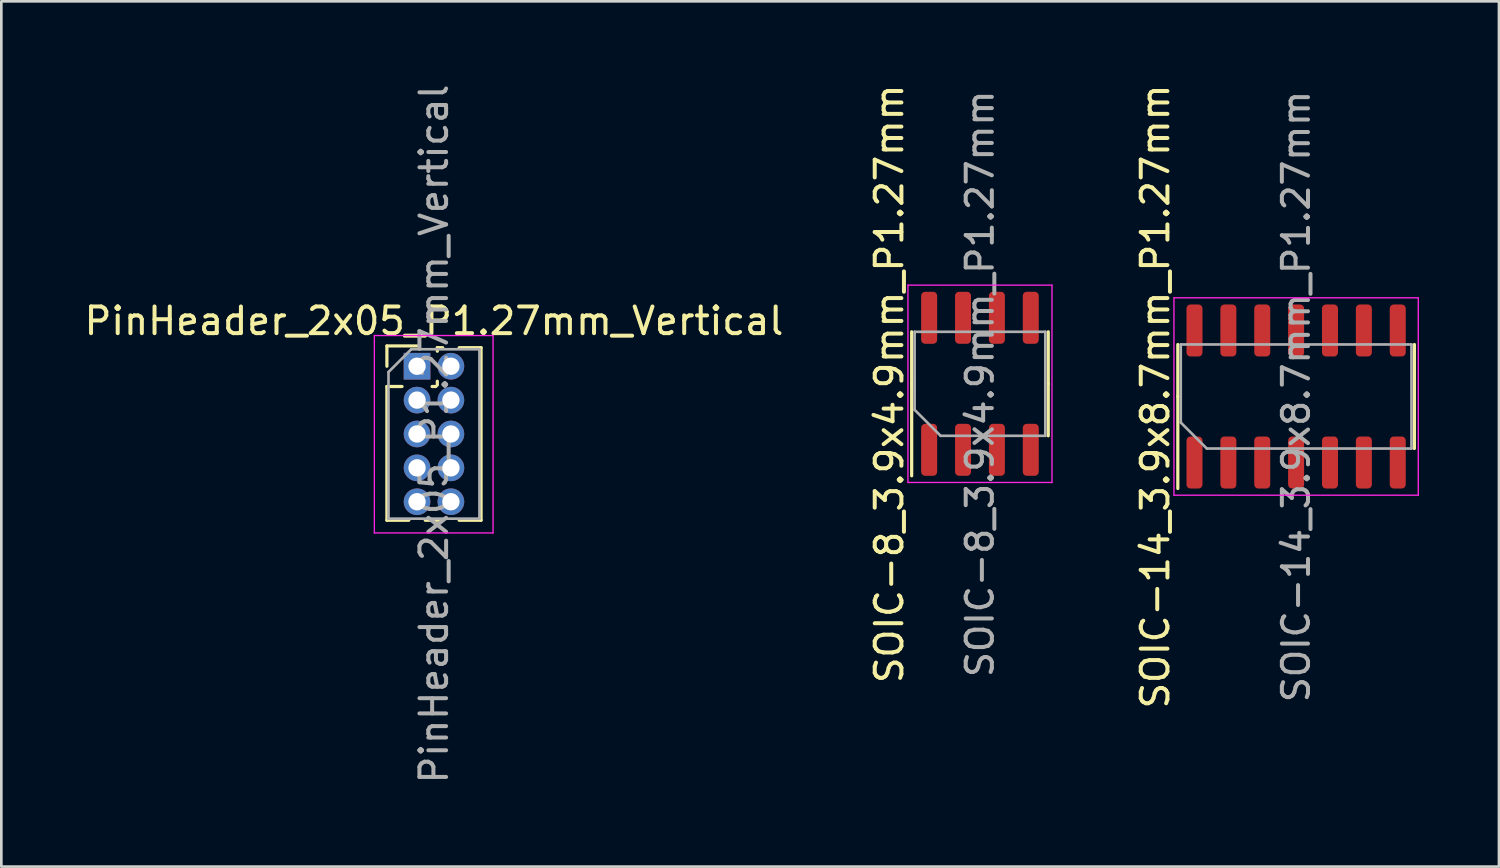
<source format=kicad_pcb>
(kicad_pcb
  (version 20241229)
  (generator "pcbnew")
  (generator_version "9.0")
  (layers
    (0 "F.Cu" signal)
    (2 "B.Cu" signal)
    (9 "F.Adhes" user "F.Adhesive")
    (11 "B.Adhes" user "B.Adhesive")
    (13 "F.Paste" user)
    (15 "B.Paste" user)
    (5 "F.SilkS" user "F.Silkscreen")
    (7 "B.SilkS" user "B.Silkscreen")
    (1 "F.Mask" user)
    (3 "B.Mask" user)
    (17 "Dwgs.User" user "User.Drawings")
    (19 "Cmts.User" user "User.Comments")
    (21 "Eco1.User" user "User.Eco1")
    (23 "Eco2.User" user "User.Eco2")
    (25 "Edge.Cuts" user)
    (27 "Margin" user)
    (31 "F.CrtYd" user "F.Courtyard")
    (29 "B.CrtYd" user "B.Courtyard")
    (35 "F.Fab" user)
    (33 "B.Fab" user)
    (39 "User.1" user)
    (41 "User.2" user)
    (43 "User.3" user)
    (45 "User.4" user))
  (footprint "SOIC-14_3.9x8.7mm_P1.27mm"
    (layer "F.Cu")
    (at 45.542 11.815)
    (property "Reference" "SOIC-14_3.9x8.7mm_P1.27mm" (at -5.28 0 90) (layer "F.SilkS") (effects (font (size 1 1) (thickness 0.15))))
    (attr smd)
    (fp_line (start -4.435 0) (end -4.435 -1.95) (stroke (width 0.12) (type solid)) (layer "F.SilkS"))
    (fp_line (start -4.435 0) (end -4.435 3.45) (stroke (width 0.12) (type solid)) (layer "F.SilkS"))
    (fp_line (start 4.435 0) (end 4.435 -1.95) (stroke (width 0.12) (type solid)) (layer "F.SilkS"))
    (fp_line (start 4.435 0) (end 4.435 1.95) (stroke (width 0.12) (type solid)) (layer "F.SilkS"))
    (fp_line (start -4.58 -3.7) (end -4.58 3.7) (stroke (width 0.05) (type solid)) (layer "F.CrtYd"))
    (fp_line (start -4.58 3.7) (end 4.58 3.7) (stroke (width 0.05) (type solid)) (layer "F.CrtYd"))
    (fp_line (start 4.58 -3.7) (end -4.58 -3.7) (stroke (width 0.05) (type solid)) (layer "F.CrtYd"))
    (fp_line (start 4.58 3.7) (end 4.58 -3.7) (stroke (width 0.05) (type solid)) (layer "F.CrtYd"))
    (fp_line (start -4.325 -1.95) (end 4.325 -1.95) (stroke (width 0.1) (type solid)) (layer "F.Fab"))
    (fp_line (start -4.325 0.975) (end -4.325 -1.95) (stroke (width 0.1) (type solid)) (layer "F.Fab"))
    (fp_line (start -3.35 1.95) (end -4.325 0.975) (stroke (width 0.1) (type solid)) (layer "F.Fab"))
    (fp_line (start 4.325 -1.95) (end 4.325 1.95) (stroke (width 0.1) (type solid)) (layer "F.Fab"))
    (fp_line (start 4.325 1.95) (end -3.35 1.95) (stroke (width 0.1) (type solid)) (layer "F.Fab"))
    (fp_text user "${REFERENCE}" (at 0 0 90) (layer "F.Fab") (effects (font (size 0.98 0.98) (thickness 0.15))))
    (pad "1" smd roundrect (at -3.81 2.475 90) (size 1.95 0.6) (layers "F.Cu" "F.Mask" "F.Paste") (roundrect_rratio 0.25))
    (pad "2" smd roundrect (at -2.54 2.475 90) (size 1.95 0.6) (layers "F.Cu" "F.Mask" "F.Paste") (roundrect_rratio 0.25))
    (pad "3" smd roundrect (at -1.27 2.475 90) (size 1.95 0.6) (layers "F.Cu" "F.Mask" "F.Paste") (roundrect_rratio 0.25))
    (pad "4" smd roundrect (at 0 2.475 90) (size 1.95 0.6) (layers "F.Cu" "F.Mask" "F.Paste") (roundrect_rratio 0.25))
    (pad "5" smd roundrect (at 1.27 2.475 90) (size 1.95 0.6) (layers "F.Cu" "F.Mask" "F.Paste") (roundrect_rratio 0.25))
    (pad "6" smd roundrect (at 2.54 2.475 90) (size 1.95 0.6) (layers "F.Cu" "F.Mask" "F.Paste") (roundrect_rratio 0.25))
    (pad "7" smd roundrect (at 3.81 2.475 90) (size 1.95 0.6) (layers "F.Cu" "F.Mask" "F.Paste") (roundrect_rratio 0.25))
    (pad "8" smd roundrect (at 3.81 -2.475 90) (size 1.95 0.6) (layers "F.Cu" "F.Mask" "F.Paste") (roundrect_rratio 0.25))
    (pad "9" smd roundrect (at 2.54 -2.475 90) (size 1.95 0.6) (layers "F.Cu" "F.Mask" "F.Paste") (roundrect_rratio 0.25))
    (pad "10" smd roundrect (at 1.27 -2.475 90) (size 1.95 0.6) (layers "F.Cu" "F.Mask" "F.Paste") (roundrect_rratio 0.25))
    (pad "11" smd roundrect (at 0 -2.475 90) (size 1.95 0.6) (layers "F.Cu" "F.Mask" "F.Paste") (roundrect_rratio 0.25))
    (pad "12" smd roundrect (at -1.27 -2.475 90) (size 1.95 0.6) (layers "F.Cu" "F.Mask" "F.Paste") (roundrect_rratio 0.25))
    (pad "13" smd roundrect (at -2.54 -2.475 90) (size 1.95 0.6) (layers "F.Cu" "F.Mask" "F.Paste") (roundrect_rratio 0.25))
    (pad "14" smd roundrect (at -3.81 -2.475 90) (size 1.95 0.6) (layers "F.Cu" "F.Mask" "F.Paste") (roundrect_rratio 0.25)))
  (footprint "PinHeader_2x05_P1.27mm_Vertical"
    (layer "F.Cu")
    (at 13.21 13.215)
    (property "Reference" "PinHeader_2x05_P1.27mm_Vertical" (at 0.01 -4.23 0) (layer "F.SilkS") (effects (font (size 1 1) (thickness 0.15))))
    (attr through_hole)
    (fp_line (start -1.755 -3.295) (end -0.625 -3.295) (stroke (width 0.12) (type solid)) (layer "F.SilkS"))
    (fp_line (start -1.755 -2.535) (end -1.755 -3.295) (stroke (width 0.12) (type solid)) (layer "F.SilkS"))
    (fp_line (start -1.755 -1.775) (end -1.755 3.24) (stroke (width 0.12) (type solid)) (layer "F.SilkS"))
    (fp_line (start -1.755 -1.775) (end -1.188 -1.775) (stroke (width 0.12) (type solid)) (layer "F.SilkS"))
    (fp_line (start -1.755 3.24) (end -0.933 3.24) (stroke (width 0.12) (type solid)) (layer "F.SilkS"))
    (fp_line (start -0.317 3.24) (end 0.337 3.24) (stroke (width 0.12) (type solid)) (layer "F.SilkS"))
    (fp_line (start -0.062 -1.775) (end 0.082 -1.775) (stroke (width 0.12) (type solid)) (layer "F.SilkS"))
    (fp_line (start 0.135 -3.23) (end 0.337 -3.23) (stroke (width 0.12) (type solid)) (layer "F.SilkS"))
    (fp_line (start 0.135 -3.098) (end 0.135 -3.23) (stroke (width 0.12) (type solid)) (layer "F.SilkS"))
    (fp_line (start 0.135 -1.828) (end 0.135 -1.972) (stroke (width 0.12) (type solid)) (layer "F.SilkS"))
    (fp_line (start 0.953 -3.23) (end 1.775 -3.23) (stroke (width 0.12) (type solid)) (layer "F.SilkS"))
    (fp_line (start 0.953 3.24) (end 1.775 3.24) (stroke (width 0.12) (type solid)) (layer "F.SilkS"))
    (fp_line (start 1.775 -3.23) (end 1.775 3.24) (stroke (width 0.12) (type solid)) (layer "F.SilkS"))
    (fp_line (start -2.225 -3.685) (end -2.225 3.715) (stroke (width 0.05) (type solid)) (layer "F.CrtYd"))
    (fp_line (start -2.225 3.715) (end 2.225 3.715) (stroke (width 0.05) (type solid)) (layer "F.CrtYd"))
    (fp_line (start 2.225 -3.685) (end -2.225 -3.685) (stroke (width 0.05) (type solid)) (layer "F.CrtYd"))
    (fp_line (start 2.225 3.715) (end 2.225 -3.685) (stroke (width 0.05) (type solid)) (layer "F.CrtYd"))
    (fp_line (start -1.695 -2.317) (end -0.843 -3.17) (stroke (width 0.1) (type solid)) (layer "F.Fab"))
    (fp_line (start -1.695 3.18) (end -1.695 -2.317) (stroke (width 0.1) (type solid)) (layer "F.Fab"))
    (fp_line (start -0.843 -3.17) (end 1.715 -3.17) (stroke (width 0.1) (type solid)) (layer "F.Fab"))
    (fp_line (start 1.715 -3.17) (end 1.715 3.18) (stroke (width 0.1) (type solid)) (layer "F.Fab"))
    (fp_line (start 1.715 3.18) (end -1.695 3.18) (stroke (width 0.1) (type solid)) (layer "F.Fab"))
    (fp_text user "${REFERENCE}" (at 0.01 0.005 90) (layer "F.Fab") (effects (font (size 1 1) (thickness 0.15))))
    (pad "1" thru_hole rect (at -0.625 -2.535) (size 1 1) (drill 0.65) (layers "*.Cu" "*.Mask"))
    (pad "2" thru_hole oval (at 0.645 -2.535) (size 1 1) (drill 0.65) (layers "*.Cu" "*.Mask"))
    (pad "3" thru_hole oval (at -0.625 -1.265) (size 1 1) (drill 0.65) (layers "*.Cu" "*.Mask"))
    (pad "4" thru_hole oval (at 0.645 -1.265) (size 1 1) (drill 0.65) (layers "*.Cu" "*.Mask"))
    (pad "5" thru_hole oval (at -0.625 0.005) (size 1 1) (drill 0.65) (layers "*.Cu" "*.Mask"))
    (pad "6" thru_hole oval (at 0.645 0.005) (size 1 1) (drill 0.65) (layers "*.Cu" "*.Mask"))
    (pad "7" thru_hole oval (at -0.625 1.275) (size 1 1) (drill 0.65) (layers "*.Cu" "*.Mask"))
    (pad "8" thru_hole oval (at 0.645 1.275) (size 1 1) (drill 0.65) (layers "*.Cu" "*.Mask"))
    (pad "9" thru_hole oval (at -0.625 2.545) (size 1 1) (drill 0.65) (layers "*.Cu" "*.Mask"))
    (pad "10" thru_hole oval (at 0.645 2.545) (size 1 1) (drill 0.65) (layers "*.Cu" "*.Mask")))
  (footprint "SOIC-8_3.9x4.9mm_P1.27mm"
    (layer "F.Cu")
    (at 33.689 11.339)
    (property "Reference" "SOIC-8_3.9x4.9mm_P1.27mm" (at -3.4 0 90) (layer "F.SilkS") (effects (font (size 1 1) (thickness 0.15))))
    (attr smd)
    (fp_line (start -2.56 0) (end -2.56 -1.95) (stroke (width 0.12) (type solid)) (layer "F.SilkS"))
    (fp_line (start -2.56 0) (end -2.56 3.45) (stroke (width 0.12) (type solid)) (layer "F.SilkS"))
    (fp_line (start 2.56 0) (end 2.56 -1.95) (stroke (width 0.12) (type solid)) (layer "F.SilkS"))
    (fp_line (start 2.56 0) (end 2.56 1.95) (stroke (width 0.12) (type solid)) (layer "F.SilkS"))
    (fp_line (start -2.7 -3.7) (end -2.7 3.7) (stroke (width 0.05) (type solid)) (layer "F.CrtYd"))
    (fp_line (start -2.7 3.7) (end 2.7 3.7) (stroke (width 0.05) (type solid)) (layer "F.CrtYd"))
    (fp_line (start 2.7 -3.7) (end -2.7 -3.7) (stroke (width 0.05) (type solid)) (layer "F.CrtYd"))
    (fp_line (start 2.7 3.7) (end 2.7 -3.7) (stroke (width 0.05) (type solid)) (layer "F.CrtYd"))
    (fp_line (start -2.45 -1.95) (end 2.45 -1.95) (stroke (width 0.1) (type solid)) (layer "F.Fab"))
    (fp_line (start -2.45 0.975) (end -2.45 -1.95) (stroke (width 0.1) (type solid)) (layer "F.Fab"))
    (fp_line (start -1.475 1.95) (end -2.45 0.975) (stroke (width 0.1) (type solid)) (layer "F.Fab"))
    (fp_line (start 2.45 -1.95) (end 2.45 1.95) (stroke (width 0.1) (type solid)) (layer "F.Fab"))
    (fp_line (start 2.45 1.95) (end -1.475 1.95) (stroke (width 0.1) (type solid)) (layer "F.Fab"))
    (fp_text user "${REFERENCE}" (at 0 0 90) (layer "F.Fab") (effects (font (size 0.98 0.98) (thickness 0.15))))
    (pad "1" smd roundrect (at -1.905 2.475 90) (size 1.95 0.6) (layers "F.Cu" "F.Mask" "F.Paste") (roundrect_rratio 0.25))
    (pad "2" smd roundrect (at -0.635 2.475 90) (size 1.95 0.6) (layers "F.Cu" "F.Mask" "F.Paste") (roundrect_rratio 0.25))
    (pad "3" smd roundrect (at 0.635 2.475 90) (size 1.95 0.6) (layers "F.Cu" "F.Mask" "F.Paste") (roundrect_rratio 0.25))
    (pad "4" smd roundrect (at 1.905 2.475 90) (size 1.95 0.6) (layers "F.Cu" "F.Mask" "F.Paste") (roundrect_rratio 0.25))
    (pad "5" smd roundrect (at 1.905 -2.475 90) (size 1.95 0.6) (layers "F.Cu" "F.Mask" "F.Paste") (roundrect_rratio 0.25))
    (pad "6" smd roundrect (at 0.635 -2.475 90) (size 1.95 0.6) (layers "F.Cu" "F.Mask" "F.Paste") (roundrect_rratio 0.25))
    (pad "7" smd roundrect (at -0.635 -2.475 90) (size 1.95 0.6) (layers "F.Cu" "F.Mask" "F.Paste") (roundrect_rratio 0.25))
    (pad "8" smd roundrect (at -1.905 -2.475 90) (size 1.95 0.6) (layers "F.Cu" "F.Mask" "F.Paste") (roundrect_rratio 0.25)))
  (gr_rect
    (start -3 -3)
    (end 53.147 29.44)
    (stroke (width 0.1) (type default))
    (fill no)
    (layer "Edge.Cuts")))
</source>
